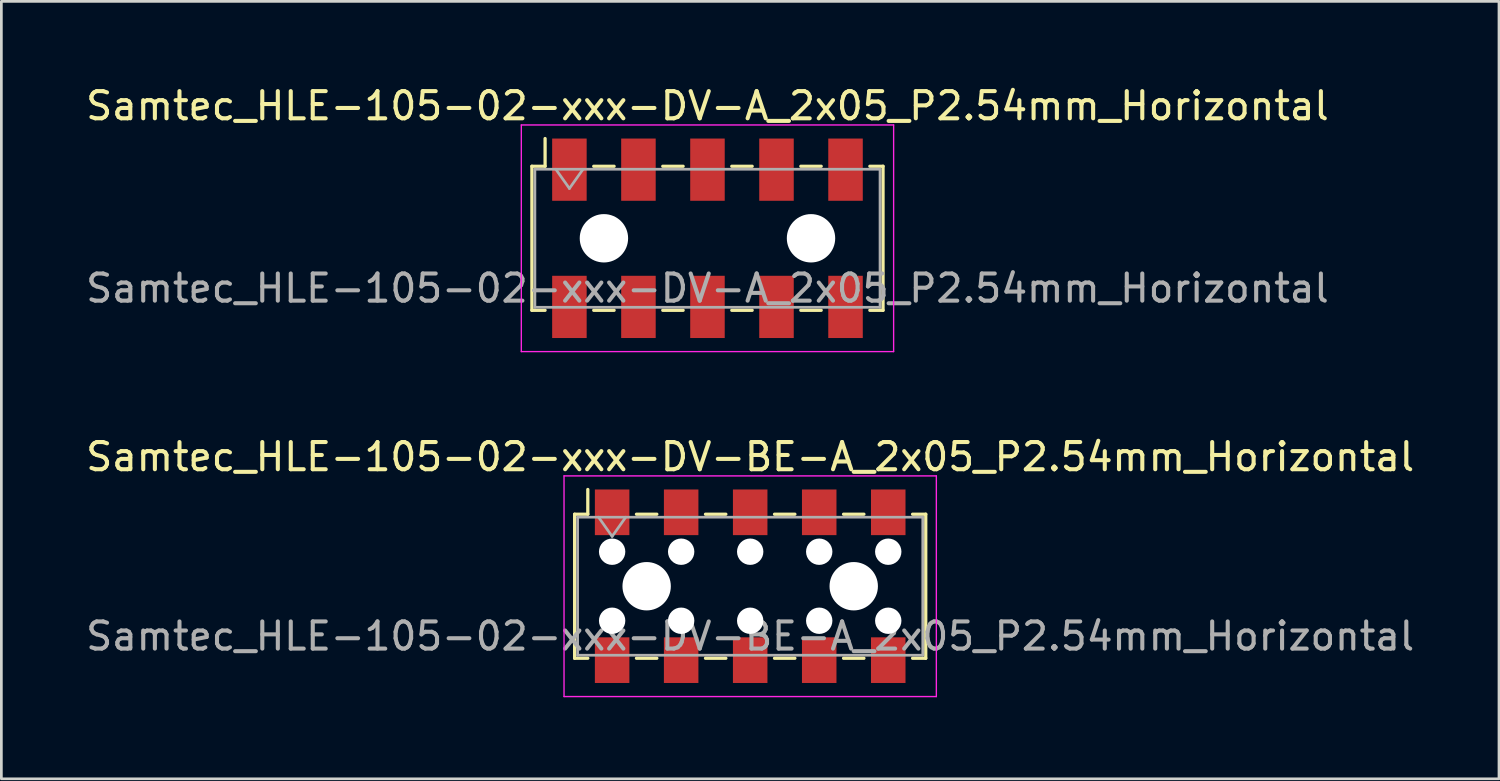
<source format=kicad_pcb>
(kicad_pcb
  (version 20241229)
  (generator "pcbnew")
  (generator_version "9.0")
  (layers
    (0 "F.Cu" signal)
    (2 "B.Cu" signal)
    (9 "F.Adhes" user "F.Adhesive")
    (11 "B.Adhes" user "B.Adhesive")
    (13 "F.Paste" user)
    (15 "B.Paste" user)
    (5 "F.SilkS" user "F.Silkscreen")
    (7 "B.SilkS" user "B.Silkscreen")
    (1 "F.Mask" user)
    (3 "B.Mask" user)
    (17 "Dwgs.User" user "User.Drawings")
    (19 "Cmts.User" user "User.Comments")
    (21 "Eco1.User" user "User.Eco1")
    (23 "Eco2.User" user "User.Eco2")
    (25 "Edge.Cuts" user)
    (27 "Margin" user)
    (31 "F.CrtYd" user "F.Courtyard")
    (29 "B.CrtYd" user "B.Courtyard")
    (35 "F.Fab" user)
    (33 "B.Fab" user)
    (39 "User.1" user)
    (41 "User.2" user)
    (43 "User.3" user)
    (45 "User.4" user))
  (footprint "Samtec_HLE-105-02-xxx-DV-A_2x05_P2.54mm_Horizontal"
    (layer "F.Cu")
    (at 22.982 5.718)
    (property "Reference" "Samtec_HLE-105-02-xxx-DV-A_2x05_P2.54mm_Horizontal" (at 0 -4.87 0) (layer "F.SilkS") (effects (font (size 1 1) (thickness 0.15))))
    (attr smd)
    (fp_line (start -6.46 -2.65) (end -6.46 2.65) (stroke (width 0.12) (type solid)) (layer "F.SilkS"))
    (fp_line (start -6.46 2.65) (end -5.975 2.65) (stroke (width 0.12) (type solid)) (layer "F.SilkS"))
    (fp_line (start -5.975 -3.67) (end -5.975 -2.65) (stroke (width 0.12) (type solid)) (layer "F.SilkS"))
    (fp_line (start -5.975 -2.65) (end -6.46 -2.65) (stroke (width 0.12) (type solid)) (layer "F.SilkS"))
    (fp_line (start -4.185 -2.65) (end -3.435 -2.65) (stroke (width 0.12) (type solid)) (layer "F.SilkS"))
    (fp_line (start -4.185 2.65) (end -3.435 2.65) (stroke (width 0.12) (type solid)) (layer "F.SilkS"))
    (fp_line (start -1.645 -2.65) (end -0.895 -2.65) (stroke (width 0.12) (type solid)) (layer "F.SilkS"))
    (fp_line (start -1.645 2.65) (end -0.895 2.65) (stroke (width 0.12) (type solid)) (layer "F.SilkS"))
    (fp_line (start 0.895 -2.65) (end 1.645 -2.65) (stroke (width 0.12) (type solid)) (layer "F.SilkS"))
    (fp_line (start 0.895 2.65) (end 1.645 2.65) (stroke (width 0.12) (type solid)) (layer "F.SilkS"))
    (fp_line (start 3.435 -2.65) (end 4.185 -2.65) (stroke (width 0.12) (type solid)) (layer "F.SilkS"))
    (fp_line (start 3.435 2.65) (end 4.185 2.65) (stroke (width 0.12) (type solid)) (layer "F.SilkS"))
    (fp_line (start 5.975 -2.65) (end 6.46 -2.65) (stroke (width 0.12) (type solid)) (layer "F.SilkS"))
    (fp_line (start 6.46 -2.65) (end 6.46 2.65) (stroke (width 0.12) (type solid)) (layer "F.SilkS"))
    (fp_line (start 6.46 2.65) (end 5.975 2.65) (stroke (width 0.12) (type solid)) (layer "F.SilkS"))
    (fp_line (start -6.85 -4.17) (end 6.85 -4.17) (stroke (width 0.05) (type solid)) (layer "F.CrtYd"))
    (fp_line (start -6.85 4.17) (end -6.85 -4.17) (stroke (width 0.05) (type solid)) (layer "F.CrtYd"))
    (fp_line (start 6.85 -4.17) (end 6.85 4.17) (stroke (width 0.05) (type solid)) (layer "F.CrtYd"))
    (fp_line (start 6.85 4.17) (end -6.85 4.17) (stroke (width 0.05) (type solid)) (layer "F.CrtYd"))
    (fp_line (start -6.35 -2.54) (end 6.35 -2.54) (stroke (width 0.1) (type solid)) (layer "F.Fab"))
    (fp_line (start -6.35 2.54) (end -6.35 -2.54) (stroke (width 0.1) (type solid)) (layer "F.Fab"))
    (fp_line (start -5.58 -2.54) (end -5.08 -1.833) (stroke (width 0.1) (type solid)) (layer "F.Fab"))
    (fp_line (start -5.08 -1.833) (end -4.58 -2.54) (stroke (width 0.1) (type solid)) (layer "F.Fab"))
    (fp_line (start 6.35 -2.54) (end 6.35 2.54) (stroke (width 0.1) (type solid)) (layer "F.Fab"))
    (fp_line (start 6.35 2.54) (end -6.35 2.54) (stroke (width 0.1) (type solid)) (layer "F.Fab"))
    (fp_text user "${REFERENCE}" (at 0 1.84 0) (layer "F.Fab") (effects (font (size 1 1) (thickness 0.15))))
    (pad "" np_thru_hole circle (at -3.81 0) (size 1.78 1.78) (drill 1.78) (layers "*.Cu" "*.Mask"))
    (pad "" np_thru_hole circle (at 3.81 0) (size 1.78 1.78) (drill 1.78) (layers "*.Cu" "*.Mask"))
    (pad "1" smd rect (at -5.08 -2.525) (size 1.27 2.29) (layers "F.Cu" "F.Mask" "F.Paste"))
    (pad "2" smd rect (at -5.08 2.525) (size 1.27 2.29) (layers "F.Cu" "F.Mask" "F.Paste"))
    (pad "3" smd rect (at -2.54 -2.525) (size 1.27 2.29) (layers "F.Cu" "F.Mask" "F.Paste"))
    (pad "4" smd rect (at -2.54 2.525) (size 1.27 2.29) (layers "F.Cu" "F.Mask" "F.Paste"))
    (pad "5" smd rect (at 0 -2.525) (size 1.27 2.29) (layers "F.Cu" "F.Mask" "F.Paste"))
    (pad "6" smd rect (at 0 2.525) (size 1.27 2.29) (layers "F.Cu" "F.Mask" "F.Paste"))
    (pad "7" smd rect (at 2.54 -2.525) (size 1.27 2.29) (layers "F.Cu" "F.Mask" "F.Paste"))
    (pad "8" smd rect (at 2.54 2.525) (size 1.27 2.29) (layers "F.Cu" "F.Mask" "F.Paste"))
    (pad "9" smd rect (at 5.08 -2.525) (size 1.27 2.29) (layers "F.Cu" "F.Mask" "F.Paste"))
    (pad "10" smd rect (at 5.08 2.525) (size 1.27 2.29) (layers "F.Cu" "F.Mask" "F.Paste")))
  (footprint "Samtec_HLE-105-02-xxx-DV-BE-A_2x05_P2.54mm_Horizontal"
    (layer "F.Cu")
    (at 24.554 18.521)
    (property "Reference" "Samtec_HLE-105-02-xxx-DV-BE-A_2x05_P2.54mm_Horizontal" (at 0 -4.76 0) (layer "F.SilkS") (effects (font (size 1 1) (thickness 0.15))))
    (attr smd)
    (fp_line (start -6.46 -2.65) (end -6.46 2.65) (stroke (width 0.12) (type solid)) (layer "F.SilkS"))
    (fp_line (start -6.46 2.65) (end -5.975 2.65) (stroke (width 0.12) (type solid)) (layer "F.SilkS"))
    (fp_line (start -5.975 -3.56) (end -5.975 -2.65) (stroke (width 0.12) (type solid)) (layer "F.SilkS"))
    (fp_line (start -5.975 -2.65) (end -6.46 -2.65) (stroke (width 0.12) (type solid)) (layer "F.SilkS"))
    (fp_line (start -4.185 -2.65) (end -3.435 -2.65) (stroke (width 0.12) (type solid)) (layer "F.SilkS"))
    (fp_line (start -4.185 2.65) (end -3.435 2.65) (stroke (width 0.12) (type solid)) (layer "F.SilkS"))
    (fp_line (start -1.645 -2.65) (end -0.895 -2.65) (stroke (width 0.12) (type solid)) (layer "F.SilkS"))
    (fp_line (start -1.645 2.65) (end -0.895 2.65) (stroke (width 0.12) (type solid)) (layer "F.SilkS"))
    (fp_line (start 0.895 -2.65) (end 1.645 -2.65) (stroke (width 0.12) (type solid)) (layer "F.SilkS"))
    (fp_line (start 0.895 2.65) (end 1.645 2.65) (stroke (width 0.12) (type solid)) (layer "F.SilkS"))
    (fp_line (start 3.435 -2.65) (end 4.185 -2.65) (stroke (width 0.12) (type solid)) (layer "F.SilkS"))
    (fp_line (start 3.435 2.65) (end 4.185 2.65) (stroke (width 0.12) (type solid)) (layer "F.SilkS"))
    (fp_line (start 5.975 -2.65) (end 6.46 -2.65) (stroke (width 0.12) (type solid)) (layer "F.SilkS"))
    (fp_line (start 6.46 -2.65) (end 6.46 2.65) (stroke (width 0.12) (type solid)) (layer "F.SilkS"))
    (fp_line (start 6.46 2.65) (end 5.975 2.65) (stroke (width 0.12) (type solid)) (layer "F.SilkS"))
    (fp_line (start -6.85 -4.06) (end 6.85 -4.06) (stroke (width 0.05) (type solid)) (layer "F.CrtYd"))
    (fp_line (start -6.85 4.06) (end -6.85 -4.06) (stroke (width 0.05) (type solid)) (layer "F.CrtYd"))
    (fp_line (start 6.85 -4.06) (end 6.85 4.06) (stroke (width 0.05) (type solid)) (layer "F.CrtYd"))
    (fp_line (start 6.85 4.06) (end -6.85 4.06) (stroke (width 0.05) (type solid)) (layer "F.CrtYd"))
    (fp_line (start -6.35 -2.54) (end 6.35 -2.54) (stroke (width 0.1) (type solid)) (layer "F.Fab"))
    (fp_line (start -6.35 2.54) (end -6.35 -2.54) (stroke (width 0.1) (type solid)) (layer "F.Fab"))
    (fp_line (start -5.58 -2.54) (end -5.08 -1.833) (stroke (width 0.1) (type solid)) (layer "F.Fab"))
    (fp_line (start -5.08 -1.833) (end -4.58 -2.54) (stroke (width 0.1) (type solid)) (layer "F.Fab"))
    (fp_line (start 6.35 -2.54) (end 6.35 2.54) (stroke (width 0.1) (type solid)) (layer "F.Fab"))
    (fp_line (start 6.35 2.54) (end -6.35 2.54) (stroke (width 0.1) (type solid)) (layer "F.Fab"))
    (fp_text user "${REFERENCE}" (at 0 1.84 0) (layer "F.Fab") (effects (font (size 1 1) (thickness 0.15))))
    (pad "" np_thru_hole circle (at -5.08 -1.27) (size 0.97 0.97) (drill 0.97) (layers "*.Cu" "*.Mask"))
    (pad "" np_thru_hole circle (at -5.08 1.27) (size 0.97 0.97) (drill 0.97) (layers "*.Cu" "*.Mask"))
    (pad "" np_thru_hole circle (at -3.81 0) (size 1.78 1.78) (drill 1.78) (layers "*.Cu" "*.Mask"))
    (pad "" np_thru_hole circle (at -2.54 -1.27) (size 0.97 0.97) (drill 0.97) (layers "*.Cu" "*.Mask"))
    (pad "" np_thru_hole circle (at -2.54 1.27) (size 0.97 0.97) (drill 0.97) (layers "*.Cu" "*.Mask"))
    (pad "" np_thru_hole circle (at 0 -1.27) (size 0.97 0.97) (drill 0.97) (layers "*.Cu" "*.Mask"))
    (pad "" np_thru_hole circle (at 0 1.27) (size 0.97 0.97) (drill 0.97) (layers "*.Cu" "*.Mask"))
    (pad "" np_thru_hole circle (at 2.54 -1.27) (size 0.97 0.97) (drill 0.97) (layers "*.Cu" "*.Mask"))
    (pad "" np_thru_hole circle (at 2.54 1.27) (size 0.97 0.97) (drill 0.97) (layers "*.Cu" "*.Mask"))
    (pad "" np_thru_hole circle (at 3.81 0) (size 1.78 1.78) (drill 1.78) (layers "*.Cu" "*.Mask"))
    (pad "" np_thru_hole circle (at 5.08 -1.27) (size 0.97 0.97) (drill 0.97) (layers "*.Cu" "*.Mask"))
    (pad "" np_thru_hole circle (at 5.08 1.27) (size 0.97 0.97) (drill 0.97) (layers "*.Cu" "*.Mask"))
    (pad "1" smd rect (at -5.08 -2.72) (size 1.27 1.68) (layers "F.Cu" "F.Mask" "F.Paste"))
    (pad "2" smd rect (at -5.08 2.72) (size 1.27 1.68) (layers "F.Cu" "F.Mask" "F.Paste"))
    (pad "3" smd rect (at -2.54 -2.72) (size 1.27 1.68) (layers "F.Cu" "F.Mask" "F.Paste"))
    (pad "4" smd rect (at -2.54 2.72) (size 1.27 1.68) (layers "F.Cu" "F.Mask" "F.Paste"))
    (pad "5" smd rect (at 0 -2.72) (size 1.27 1.68) (layers "F.Cu" "F.Mask" "F.Paste"))
    (pad "6" smd rect (at 0 2.72) (size 1.27 1.68) (layers "F.Cu" "F.Mask" "F.Paste"))
    (pad "7" smd rect (at 2.54 -2.72) (size 1.27 1.68) (layers "F.Cu" "F.Mask" "F.Paste"))
    (pad "8" smd rect (at 2.54 2.72) (size 1.27 1.68) (layers "F.Cu" "F.Mask" "F.Paste"))
    (pad "9" smd rect (at 5.08 -2.72) (size 1.27 1.68) (layers "F.Cu" "F.Mask" "F.Paste"))
    (pad "10" smd rect (at 5.08 2.72) (size 1.27 1.68) (layers "F.Cu" "F.Mask" "F.Paste")))
  (gr_rect
    (start -3 -3)
    (end 52.107 25.607)
    (stroke (width 0.1) (type default))
    (fill no)
    (layer "Edge.Cuts")))
</source>
